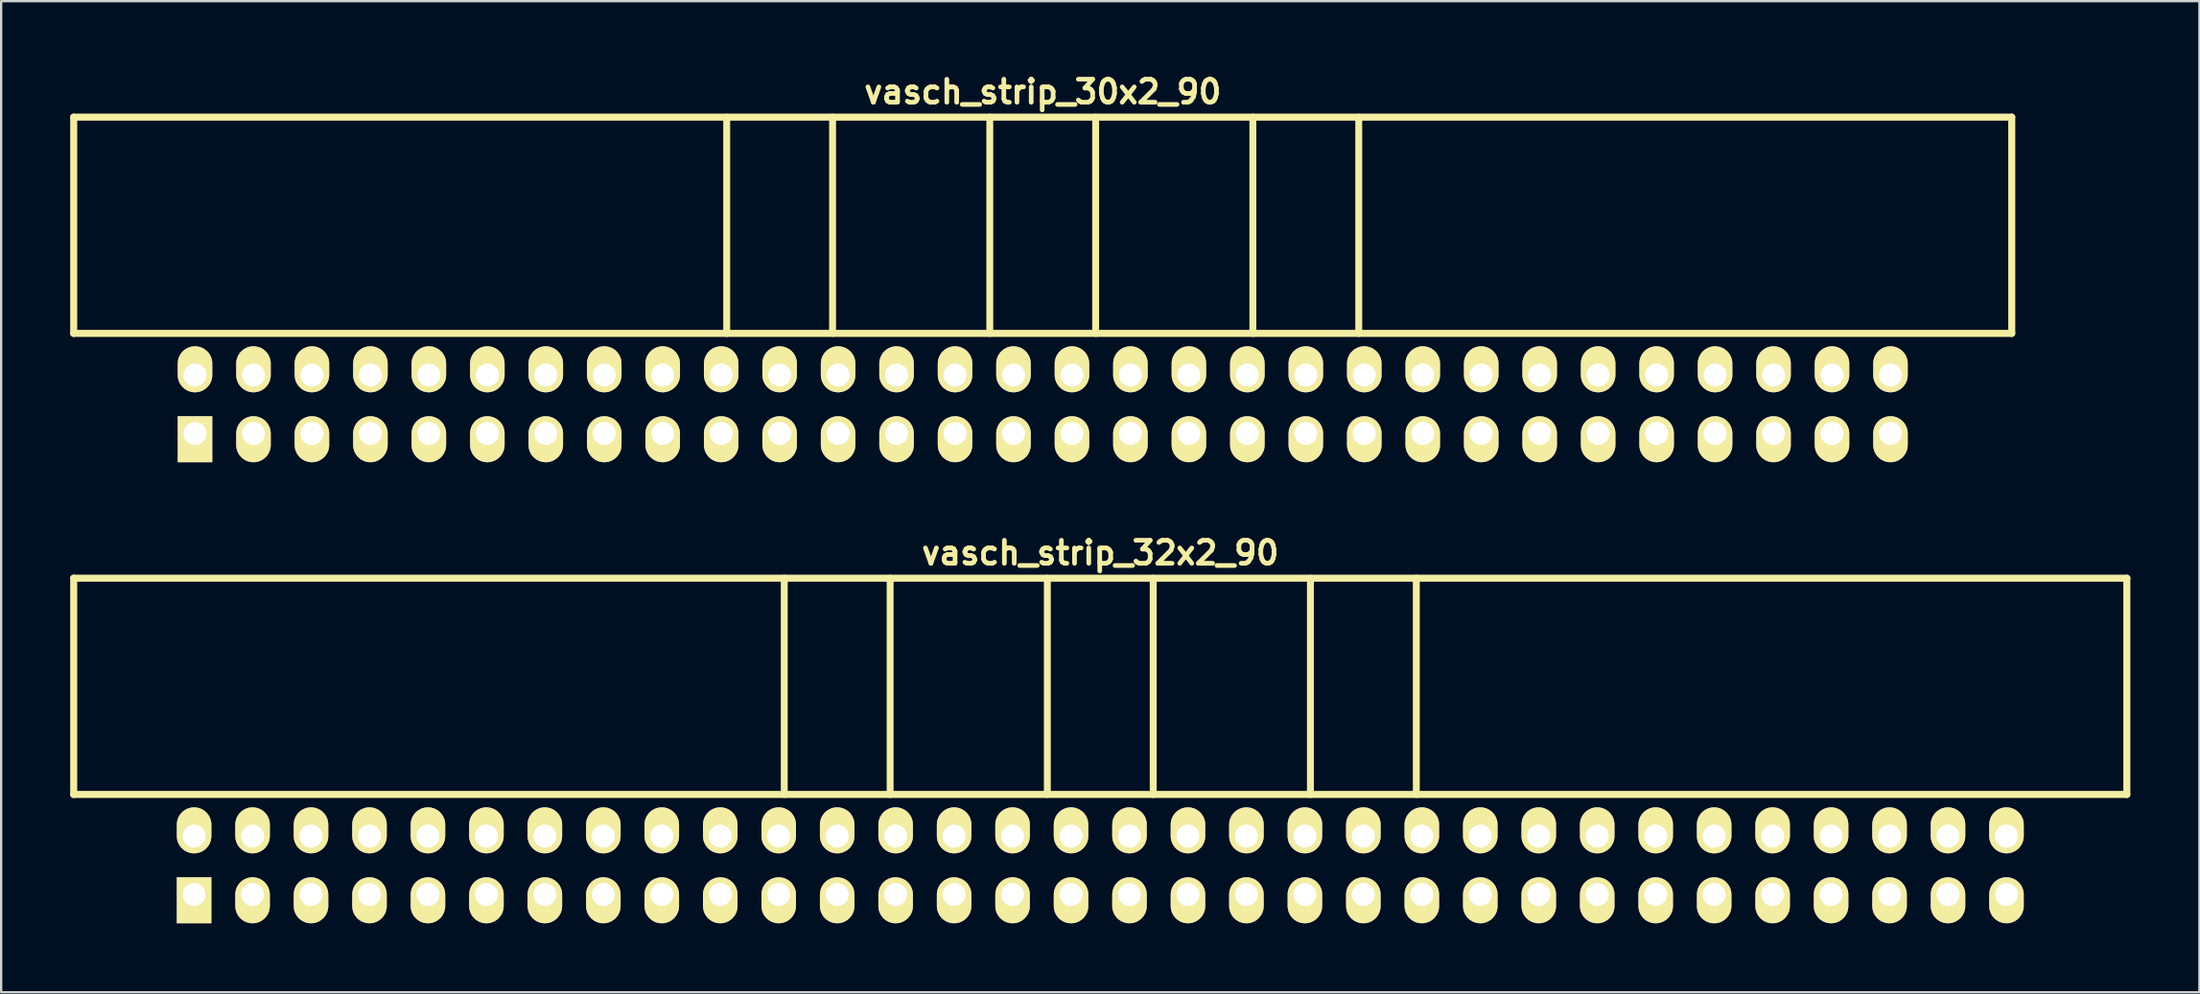
<source format=kicad_pcb>
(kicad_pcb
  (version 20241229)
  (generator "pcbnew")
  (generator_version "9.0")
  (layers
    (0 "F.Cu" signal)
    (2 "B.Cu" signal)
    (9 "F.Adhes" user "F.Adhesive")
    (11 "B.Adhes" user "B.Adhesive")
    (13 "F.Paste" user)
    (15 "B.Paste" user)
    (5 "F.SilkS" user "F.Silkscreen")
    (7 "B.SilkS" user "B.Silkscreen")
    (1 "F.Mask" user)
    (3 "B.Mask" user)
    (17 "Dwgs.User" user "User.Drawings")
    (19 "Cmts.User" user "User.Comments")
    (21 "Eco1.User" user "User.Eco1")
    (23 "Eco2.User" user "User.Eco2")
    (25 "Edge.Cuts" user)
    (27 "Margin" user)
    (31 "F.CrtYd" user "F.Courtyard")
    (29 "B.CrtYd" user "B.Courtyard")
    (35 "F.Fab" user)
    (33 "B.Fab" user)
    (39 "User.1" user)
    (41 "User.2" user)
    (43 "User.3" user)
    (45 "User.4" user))
  (footprint "vasch_strip_30x2_90"
    (layer "F.Cu")
    (at 42.252 9.442)
    (property "Reference" "vasch_strip_30x2_90" (at 0 -8.5 0) (layer "F.SilkS") (effects (font (size 1 1) (thickness 0.203))))
    (attr through_hole)
    (fp_line (start -42.1 -7.4) (end -42.1 2) (stroke (width 0.305) (type solid)) (layer "F.SilkS"))
    (fp_line (start -42.1 2) (end 42.1 2) (stroke (width 0.305) (type solid)) (layer "F.SilkS"))
    (fp_line (start -13.73 -7.4) (end -13.73 2) (stroke (width 0.3) (type solid)) (layer "F.SilkS"))
    (fp_line (start -9.13 -7.4) (end -9.13 2) (stroke (width 0.3) (type solid)) (layer "F.SilkS"))
    (fp_line (start -2.3 -7.4) (end -2.3 2) (stroke (width 0.3) (type solid)) (layer "F.SilkS"))
    (fp_line (start 2.3 -7.4) (end 2.3 2) (stroke (width 0.3) (type solid)) (layer "F.SilkS"))
    (fp_line (start 9.13 -7.4) (end 9.13 2) (stroke (width 0.3) (type solid)) (layer "F.SilkS"))
    (fp_line (start 13.73 -7.4) (end 13.73 2) (stroke (width 0.3) (type solid)) (layer "F.SilkS"))
    (fp_line (start 42.1 -7.4) (end -42.1 -7.4) (stroke (width 0.305) (type solid)) (layer "F.SilkS"))
    (fp_line (start 42.1 -7.4) (end 42.1 2) (stroke (width 0.305) (type solid)) (layer "F.SilkS"))
    (pad "1" thru_hole rect (at -36.83 6.35) (size 1.5 2) (drill 1 (offset 0 0.25)) (layers "*.Cu" "*.Mask" "F.SilkS"))
    (pad "2" thru_hole oval (at -36.83 3.81) (size 1.5 2) (drill 1 (offset 0 -0.25)) (layers "*.Cu" "*.Mask" "F.SilkS"))
    (pad "3" thru_hole oval (at -34.29 6.35) (size 1.5 2) (drill 1 (offset 0 0.25)) (layers "*.Cu" "*.Mask" "F.SilkS"))
    (pad "4" thru_hole oval (at -34.29 3.81) (size 1.5 2) (drill 1 (offset 0 -0.25)) (layers "*.Cu" "*.Mask" "F.SilkS"))
    (pad "5" thru_hole oval (at -31.75 6.35) (size 1.5 2) (drill 1 (offset 0 0.25)) (layers "*.Cu" "*.Mask" "F.SilkS"))
    (pad "6" thru_hole oval (at -31.75 3.81) (size 1.5 2) (drill 1 (offset 0 -0.25)) (layers "*.Cu" "*.Mask" "F.SilkS"))
    (pad "7" thru_hole oval (at -29.21 6.35) (size 1.5 2) (drill 1 (offset 0 0.25)) (layers "*.Cu" "*.Mask" "F.SilkS"))
    (pad "8" thru_hole oval (at -29.21 3.81) (size 1.5 2) (drill 1 (offset 0 -0.25)) (layers "*.Cu" "*.Mask" "F.SilkS"))
    (pad "9" thru_hole oval (at -26.67 6.35) (size 1.5 2) (drill 1 (offset 0 0.25)) (layers "*.Cu" "*.Mask" "F.SilkS"))
    (pad "10" thru_hole oval (at -26.67 3.81) (size 1.5 2) (drill 1 (offset 0 -0.25)) (layers "*.Cu" "*.Mask" "F.SilkS"))
    (pad "11" thru_hole oval (at -24.13 6.35) (size 1.5 2) (drill 1 (offset 0 0.25)) (layers "*.Cu" "*.Mask" "F.SilkS"))
    (pad "12" thru_hole oval (at -24.13 3.81) (size 1.5 2) (drill 1 (offset 0 -0.25)) (layers "*.Cu" "*.Mask" "F.SilkS"))
    (pad "13" thru_hole oval (at -21.59 6.35) (size 1.5 2) (drill 1 (offset 0 0.25)) (layers "*.Cu" "*.Mask" "F.SilkS"))
    (pad "14" thru_hole oval (at -21.59 3.81) (size 1.5 2) (drill 1 (offset 0 -0.25)) (layers "*.Cu" "*.Mask" "F.SilkS"))
    (pad "15" thru_hole oval (at -19.05 6.35) (size 1.5 2) (drill 1 (offset 0 0.25)) (layers "*.Cu" "*.Mask" "F.SilkS"))
    (pad "16" thru_hole oval (at -19.05 3.81) (size 1.5 2) (drill 1 (offset 0 -0.25)) (layers "*.Cu" "*.Mask" "F.SilkS"))
    (pad "17" thru_hole oval (at -16.51 6.35) (size 1.5 2) (drill 1 (offset 0 0.25)) (layers "*.Cu" "*.Mask" "F.SilkS"))
    (pad "18" thru_hole oval (at -16.51 3.81) (size 1.5 2) (drill 1 (offset 0 -0.25)) (layers "*.Cu" "*.Mask" "F.SilkS"))
    (pad "19" thru_hole oval (at -13.97 6.35) (size 1.5 2) (drill 1 (offset 0 0.25)) (layers "*.Cu" "*.Mask" "F.SilkS"))
    (pad "20" thru_hole oval (at -13.97 3.81) (size 1.5 2) (drill 1 (offset 0 -0.25)) (layers "*.Cu" "*.Mask" "F.SilkS"))
    (pad "21" thru_hole oval (at -11.43 6.35) (size 1.5 2) (drill 1 (offset 0 0.25)) (layers "*.Cu" "*.Mask" "F.SilkS"))
    (pad "22" thru_hole oval (at -11.43 3.81) (size 1.5 2) (drill 1 (offset 0 -0.25)) (layers "*.Cu" "*.Mask" "F.SilkS"))
    (pad "23" thru_hole oval (at -8.89 6.35) (size 1.5 2) (drill 1 (offset 0 0.25)) (layers "*.Cu" "*.Mask" "F.SilkS"))
    (pad "24" thru_hole oval (at -8.89 3.81) (size 1.5 2) (drill 1 (offset 0 -0.25)) (layers "*.Cu" "*.Mask" "F.SilkS"))
    (pad "25" thru_hole oval (at -6.35 6.35) (size 1.5 2) (drill 1 (offset 0 0.25)) (layers "*.Cu" "*.Mask" "F.SilkS"))
    (pad "26" thru_hole oval (at -6.35 3.81) (size 1.5 2) (drill 1 (offset 0 -0.25)) (layers "*.Cu" "*.Mask" "F.SilkS"))
    (pad "27" thru_hole oval (at -3.81 6.35) (size 1.5 2) (drill 1 (offset 0 0.25)) (layers "*.Cu" "*.Mask" "F.SilkS"))
    (pad "28" thru_hole oval (at -3.81 3.81) (size 1.5 2) (drill 1 (offset 0 -0.25)) (layers "*.Cu" "*.Mask" "F.SilkS"))
    (pad "29" thru_hole oval (at -1.27 6.35) (size 1.5 2) (drill 1 (offset 0 0.25)) (layers "*.Cu" "*.Mask" "F.SilkS"))
    (pad "30" thru_hole oval (at -1.27 3.81) (size 1.5 2) (drill 1 (offset 0 -0.25)) (layers "*.Cu" "*.Mask" "F.SilkS"))
    (pad "31" thru_hole oval (at 1.27 6.35) (size 1.5 2) (drill 1 (offset 0 0.25)) (layers "*.Cu" "*.Mask" "F.SilkS"))
    (pad "32" thru_hole oval (at 1.27 3.81) (size 1.5 2) (drill 1 (offset 0 -0.25)) (layers "*.Cu" "*.Mask" "F.SilkS"))
    (pad "33" thru_hole oval (at 3.81 6.35) (size 1.5 2) (drill 1 (offset 0 0.25)) (layers "*.Cu" "*.Mask" "F.SilkS"))
    (pad "34" thru_hole oval (at 3.81 3.81) (size 1.5 2) (drill 1 (offset 0 -0.25)) (layers "*.Cu" "*.Mask" "F.SilkS"))
    (pad "35" thru_hole oval (at 6.35 6.35) (size 1.5 2) (drill 1 (offset 0 0.25)) (layers "*.Cu" "*.Mask" "F.SilkS"))
    (pad "36" thru_hole oval (at 6.35 3.81) (size 1.5 2) (drill 1 (offset 0 -0.25)) (layers "*.Cu" "*.Mask" "F.SilkS"))
    (pad "37" thru_hole oval (at 8.89 6.35) (size 1.5 2) (drill 1 (offset 0 0.25)) (layers "*.Cu" "*.Mask" "F.SilkS"))
    (pad "38" thru_hole oval (at 8.89 3.81) (size 1.5 2) (drill 1 (offset 0 -0.25)) (layers "*.Cu" "*.Mask" "F.SilkS"))
    (pad "39" thru_hole oval (at 11.43 6.35) (size 1.5 2) (drill 1 (offset 0 0.25)) (layers "*.Cu" "*.Mask" "F.SilkS"))
    (pad "40" thru_hole oval (at 11.43 3.81) (size 1.5 2) (drill 1 (offset 0 -0.25)) (layers "*.Cu" "*.Mask" "F.SilkS"))
    (pad "41" thru_hole oval (at 13.97 6.35) (size 1.5 2) (drill 1 (offset 0 0.25)) (layers "*.Cu" "*.Mask" "F.SilkS"))
    (pad "42" thru_hole oval (at 13.97 3.81) (size 1.5 2) (drill 1 (offset 0 -0.25)) (layers "*.Cu" "*.Mask" "F.SilkS"))
    (pad "43" thru_hole oval (at 16.51 6.35) (size 1.5 2) (drill 1 (offset 0 0.25)) (layers "*.Cu" "*.Mask" "F.SilkS"))
    (pad "44" thru_hole oval (at 16.51 3.81) (size 1.5 2) (drill 1 (offset 0 -0.25)) (layers "*.Cu" "*.Mask" "F.SilkS"))
    (pad "45" thru_hole oval (at 19.05 6.35) (size 1.5 2) (drill 1 (offset 0 0.25)) (layers "*.Cu" "*.Mask" "F.SilkS"))
    (pad "46" thru_hole oval (at 19.05 3.81) (size 1.5 2) (drill 1 (offset 0 -0.25)) (layers "*.Cu" "*.Mask" "F.SilkS"))
    (pad "47" thru_hole oval (at 21.59 6.35) (size 1.5 2) (drill 1 (offset 0 0.25)) (layers "*.Cu" "*.Mask" "F.SilkS"))
    (pad "48" thru_hole oval (at 21.59 3.81) (size 1.5 2) (drill 1 (offset 0 -0.25)) (layers "*.Cu" "*.Mask" "F.SilkS"))
    (pad "49" thru_hole oval (at 24.13 6.35) (size 1.5 2) (drill 1 (offset 0 0.25)) (layers "*.Cu" "*.Mask" "F.SilkS"))
    (pad "50" thru_hole oval (at 24.13 3.81) (size 1.5 2) (drill 1 (offset 0 -0.25)) (layers "*.Cu" "*.Mask" "F.SilkS"))
    (pad "51" thru_hole oval (at 26.67 6.35) (size 1.5 2) (drill 1 (offset 0 0.25)) (layers "*.Cu" "*.Mask" "F.SilkS"))
    (pad "52" thru_hole oval (at 26.67 3.81) (size 1.5 2) (drill 1 (offset 0 -0.25)) (layers "*.Cu" "*.Mask" "F.SilkS"))
    (pad "53" thru_hole oval (at 29.21 6.35) (size 1.5 2) (drill 1 (offset 0 0.25)) (layers "*.Cu" "*.Mask" "F.SilkS"))
    (pad "54" thru_hole oval (at 29.21 3.81) (size 1.5 2) (drill 1 (offset 0 -0.25)) (layers "*.Cu" "*.Mask" "F.SilkS"))
    (pad "55" thru_hole oval (at 31.75 6.35) (size 1.5 2) (drill 1 (offset 0 0.25)) (layers "*.Cu" "*.Mask" "F.SilkS"))
    (pad "56" thru_hole oval (at 31.75 3.81) (size 1.5 2) (drill 1 (offset 0 -0.25)) (layers "*.Cu" "*.Mask" "F.SilkS"))
    (pad "57" thru_hole oval (at 34.29 6.35) (size 1.5 2) (drill 1 (offset 0 0.25)) (layers "*.Cu" "*.Mask" "F.SilkS"))
    (pad "58" thru_hole oval (at 34.29 3.81) (size 1.5 2) (drill 1 (offset 0 -0.25)) (layers "*.Cu" "*.Mask" "F.SilkS"))
    (pad "59" thru_hole oval (at 36.83 6.35) (size 1.5 2) (drill 1 (offset 0 0.25)) (layers "*.Cu" "*.Mask" "F.SilkS"))
    (pad "60" thru_hole oval (at 36.83 3.81) (size 1.5 2) (drill 1 (offset 0 -0.25)) (layers "*.Cu" "*.Mask" "F.SilkS")))
  (footprint "vasch_strip_32x2_90"
    (layer "F.Cu")
    (at 44.752 29.483)
    (property "Reference" "vasch_strip_32x2_90" (at 0 -8.5 0) (layer "F.SilkS") (effects (font (size 1 1) (thickness 0.203))))
    (attr through_hole)
    (fp_line (start -44.6 -7.4) (end -44.6 2) (stroke (width 0.305) (type solid)) (layer "F.SilkS"))
    (fp_line (start -44.6 2) (end 44.6 2) (stroke (width 0.305) (type solid)) (layer "F.SilkS"))
    (fp_line (start -13.73 -7.4) (end -13.73 2) (stroke (width 0.3) (type solid)) (layer "F.SilkS"))
    (fp_line (start -9.13 -7.4) (end -9.13 2) (stroke (width 0.3) (type solid)) (layer "F.SilkS"))
    (fp_line (start -2.3 -7.4) (end -2.3 2) (stroke (width 0.3) (type solid)) (layer "F.SilkS"))
    (fp_line (start 2.3 -7.4) (end 2.3 2) (stroke (width 0.3) (type solid)) (layer "F.SilkS"))
    (fp_line (start 9.13 -7.4) (end 9.13 2) (stroke (width 0.3) (type solid)) (layer "F.SilkS"))
    (fp_line (start 13.73 -7.4) (end 13.73 2) (stroke (width 0.3) (type solid)) (layer "F.SilkS"))
    (fp_line (start 44.6 -7.4) (end -44.6 -7.4) (stroke (width 0.305) (type solid)) (layer "F.SilkS"))
    (fp_line (start 44.6 -7.4) (end 44.6 2) (stroke (width 0.305) (type solid)) (layer "F.SilkS"))
    (pad "1" thru_hole rect (at -39.37 6.35) (size 1.5 2) (drill 1 (offset 0 0.25)) (layers "*.Cu" "*.Mask" "F.SilkS"))
    (pad "2" thru_hole oval (at -39.37 3.81) (size 1.5 2) (drill 1 (offset 0 -0.25)) (layers "*.Cu" "*.Mask" "F.SilkS"))
    (pad "3" thru_hole oval (at -36.83 6.35) (size 1.5 2) (drill 1 (offset 0 0.25)) (layers "*.Cu" "*.Mask" "F.SilkS"))
    (pad "4" thru_hole oval (at -36.83 3.81) (size 1.5 2) (drill 1 (offset 0 -0.25)) (layers "*.Cu" "*.Mask" "F.SilkS"))
    (pad "5" thru_hole oval (at -34.29 6.35) (size 1.5 2) (drill 1 (offset 0 0.25)) (layers "*.Cu" "*.Mask" "F.SilkS"))
    (pad "6" thru_hole oval (at -34.29 3.81) (size 1.5 2) (drill 1 (offset 0 -0.25)) (layers "*.Cu" "*.Mask" "F.SilkS"))
    (pad "7" thru_hole oval (at -31.75 6.35) (size 1.5 2) (drill 1 (offset 0 0.25)) (layers "*.Cu" "*.Mask" "F.SilkS"))
    (pad "8" thru_hole oval (at -31.75 3.81) (size 1.5 2) (drill 1 (offset 0 -0.25)) (layers "*.Cu" "*.Mask" "F.SilkS"))
    (pad "9" thru_hole oval (at -29.21 6.35) (size 1.5 2) (drill 1 (offset 0 0.25)) (layers "*.Cu" "*.Mask" "F.SilkS"))
    (pad "10" thru_hole oval (at -29.21 3.81) (size 1.5 2) (drill 1 (offset 0 -0.25)) (layers "*.Cu" "*.Mask" "F.SilkS"))
    (pad "11" thru_hole oval (at -26.67 6.35) (size 1.5 2) (drill 1 (offset 0 0.25)) (layers "*.Cu" "*.Mask" "F.SilkS"))
    (pad "12" thru_hole oval (at -26.67 3.81) (size 1.5 2) (drill 1 (offset 0 -0.25)) (layers "*.Cu" "*.Mask" "F.SilkS"))
    (pad "13" thru_hole oval (at -24.13 6.35) (size 1.5 2) (drill 1 (offset 0 0.25)) (layers "*.Cu" "*.Mask" "F.SilkS"))
    (pad "14" thru_hole oval (at -24.13 3.81) (size 1.5 2) (drill 1 (offset 0 -0.25)) (layers "*.Cu" "*.Mask" "F.SilkS"))
    (pad "15" thru_hole oval (at -21.59 6.35) (size 1.5 2) (drill 1 (offset 0 0.25)) (layers "*.Cu" "*.Mask" "F.SilkS"))
    (pad "16" thru_hole oval (at -21.59 3.81) (size 1.5 2) (drill 1 (offset 0 -0.25)) (layers "*.Cu" "*.Mask" "F.SilkS"))
    (pad "17" thru_hole oval (at -19.05 6.35) (size 1.5 2) (drill 1 (offset 0 0.25)) (layers "*.Cu" "*.Mask" "F.SilkS"))
    (pad "18" thru_hole oval (at -19.05 3.81) (size 1.5 2) (drill 1 (offset 0 -0.25)) (layers "*.Cu" "*.Mask" "F.SilkS"))
    (pad "19" thru_hole oval (at -16.51 6.35) (size 1.5 2) (drill 1 (offset 0 0.25)) (layers "*.Cu" "*.Mask" "F.SilkS"))
    (pad "20" thru_hole oval (at -16.51 3.81) (size 1.5 2) (drill 1 (offset 0 -0.25)) (layers "*.Cu" "*.Mask" "F.SilkS"))
    (pad "21" thru_hole oval (at -13.97 6.35) (size 1.5 2) (drill 1 (offset 0 0.25)) (layers "*.Cu" "*.Mask" "F.SilkS"))
    (pad "22" thru_hole oval (at -13.97 3.81) (size 1.5 2) (drill 1 (offset 0 -0.25)) (layers "*.Cu" "*.Mask" "F.SilkS"))
    (pad "23" thru_hole oval (at -11.43 6.35) (size 1.5 2) (drill 1 (offset 0 0.25)) (layers "*.Cu" "*.Mask" "F.SilkS"))
    (pad "24" thru_hole oval (at -11.43 3.81) (size 1.5 2) (drill 1 (offset 0 -0.25)) (layers "*.Cu" "*.Mask" "F.SilkS"))
    (pad "25" thru_hole oval (at -8.89 6.35) (size 1.5 2) (drill 1 (offset 0 0.25)) (layers "*.Cu" "*.Mask" "F.SilkS"))
    (pad "26" thru_hole oval (at -8.89 3.81) (size 1.5 2) (drill 1 (offset 0 -0.25)) (layers "*.Cu" "*.Mask" "F.SilkS"))
    (pad "27" thru_hole oval (at -6.35 6.35) (size 1.5 2) (drill 1 (offset 0 0.25)) (layers "*.Cu" "*.Mask" "F.SilkS"))
    (pad "28" thru_hole oval (at -6.35 3.81) (size 1.5 2) (drill 1 (offset 0 -0.25)) (layers "*.Cu" "*.Mask" "F.SilkS"))
    (pad "29" thru_hole oval (at -3.81 6.35) (size 1.5 2) (drill 1 (offset 0 0.25)) (layers "*.Cu" "*.Mask" "F.SilkS"))
    (pad "30" thru_hole oval (at -3.81 3.81) (size 1.5 2) (drill 1 (offset 0 -0.25)) (layers "*.Cu" "*.Mask" "F.SilkS"))
    (pad "31" thru_hole oval (at -1.27 6.35) (size 1.5 2) (drill 1 (offset 0 0.25)) (layers "*.Cu" "*.Mask" "F.SilkS"))
    (pad "32" thru_hole oval (at -1.27 3.81) (size 1.5 2) (drill 1 (offset 0 -0.25)) (layers "*.Cu" "*.Mask" "F.SilkS"))
    (pad "33" thru_hole oval (at 1.27 6.35) (size 1.5 2) (drill 1 (offset 0 0.25)) (layers "*.Cu" "*.Mask" "F.SilkS"))
    (pad "34" thru_hole oval (at 1.27 3.81) (size 1.5 2) (drill 1 (offset 0 -0.25)) (layers "*.Cu" "*.Mask" "F.SilkS"))
    (pad "35" thru_hole oval (at 3.81 6.35) (size 1.5 2) (drill 1 (offset 0 0.25)) (layers "*.Cu" "*.Mask" "F.SilkS"))
    (pad "36" thru_hole oval (at 3.81 3.81) (size 1.5 2) (drill 1 (offset 0 -0.25)) (layers "*.Cu" "*.Mask" "F.SilkS"))
    (pad "37" thru_hole oval (at 6.35 6.35) (size 1.5 2) (drill 1 (offset 0 0.25)) (layers "*.Cu" "*.Mask" "F.SilkS"))
    (pad "38" thru_hole oval (at 6.35 3.81) (size 1.5 2) (drill 1 (offset 0 -0.25)) (layers "*.Cu" "*.Mask" "F.SilkS"))
    (pad "39" thru_hole oval (at 8.89 6.35) (size 1.5 2) (drill 1 (offset 0 0.25)) (layers "*.Cu" "*.Mask" "F.SilkS"))
    (pad "40" thru_hole oval (at 8.89 3.81) (size 1.5 2) (drill 1 (offset 0 -0.25)) (layers "*.Cu" "*.Mask" "F.SilkS"))
    (pad "41" thru_hole oval (at 11.43 6.35) (size 1.5 2) (drill 1 (offset 0 0.25)) (layers "*.Cu" "*.Mask" "F.SilkS"))
    (pad "42" thru_hole oval (at 11.43 3.81) (size 1.5 2) (drill 1 (offset 0 -0.25)) (layers "*.Cu" "*.Mask" "F.SilkS"))
    (pad "43" thru_hole oval (at 13.97 6.35) (size 1.5 2) (drill 1 (offset 0 0.25)) (layers "*.Cu" "*.Mask" "F.SilkS"))
    (pad "44" thru_hole oval (at 13.97 3.81) (size 1.5 2) (drill 1 (offset 0 -0.25)) (layers "*.Cu" "*.Mask" "F.SilkS"))
    (pad "45" thru_hole oval (at 16.51 6.35) (size 1.5 2) (drill 1 (offset 0 0.25)) (layers "*.Cu" "*.Mask" "F.SilkS"))
    (pad "46" thru_hole oval (at 16.51 3.81) (size 1.5 2) (drill 1 (offset 0 -0.25)) (layers "*.Cu" "*.Mask" "F.SilkS"))
    (pad "47" thru_hole oval (at 19.05 6.35) (size 1.5 2) (drill 1 (offset 0 0.25)) (layers "*.Cu" "*.Mask" "F.SilkS"))
    (pad "48" thru_hole oval (at 19.05 3.81) (size 1.5 2) (drill 1 (offset 0 -0.25)) (layers "*.Cu" "*.Mask" "F.SilkS"))
    (pad "49" thru_hole oval (at 21.59 6.35) (size 1.5 2) (drill 1 (offset 0 0.25)) (layers "*.Cu" "*.Mask" "F.SilkS"))
    (pad "50" thru_hole oval (at 21.59 3.81) (size 1.5 2) (drill 1 (offset 0 -0.25)) (layers "*.Cu" "*.Mask" "F.SilkS"))
    (pad "51" thru_hole oval (at 24.13 6.35) (size 1.5 2) (drill 1 (offset 0 0.25)) (layers "*.Cu" "*.Mask" "F.SilkS"))
    (pad "52" thru_hole oval (at 24.13 3.81) (size 1.5 2) (drill 1 (offset 0 -0.25)) (layers "*.Cu" "*.Mask" "F.SilkS"))
    (pad "53" thru_hole oval (at 26.67 6.35) (size 1.5 2) (drill 1 (offset 0 0.25)) (layers "*.Cu" "*.Mask" "F.SilkS"))
    (pad "54" thru_hole oval (at 26.67 3.81) (size 1.5 2) (drill 1 (offset 0 -0.25)) (layers "*.Cu" "*.Mask" "F.SilkS"))
    (pad "55" thru_hole oval (at 29.21 6.35) (size 1.5 2) (drill 1 (offset 0 0.25)) (layers "*.Cu" "*.Mask" "F.SilkS"))
    (pad "56" thru_hole oval (at 29.21 3.81) (size 1.5 2) (drill 1 (offset 0 -0.25)) (layers "*.Cu" "*.Mask" "F.SilkS"))
    (pad "57" thru_hole oval (at 31.75 6.35) (size 1.5 2) (drill 1 (offset 0 0.25)) (layers "*.Cu" "*.Mask" "F.SilkS"))
    (pad "58" thru_hole oval (at 31.75 3.81) (size 1.5 2) (drill 1 (offset 0 -0.25)) (layers "*.Cu" "*.Mask" "F.SilkS"))
    (pad "59" thru_hole oval (at 34.29 6.35) (size 1.5 2) (drill 1 (offset 0 0.25)) (layers "*.Cu" "*.Mask" "F.SilkS"))
    (pad "60" thru_hole oval (at 34.29 3.81) (size 1.5 2) (drill 1 (offset 0 -0.25)) (layers "*.Cu" "*.Mask" "F.SilkS"))
    (pad "61" thru_hole oval (at 36.83 6.35) (size 1.5 2) (drill 1 (offset 0 0.25)) (layers "*.Cu" "*.Mask" "F.SilkS"))
    (pad "62" thru_hole oval (at 36.83 3.81) (size 1.5 2) (drill 1 (offset 0 -0.25)) (layers "*.Cu" "*.Mask" "F.SilkS"))
    (pad "63" thru_hole oval (at 39.37 6.35) (size 1.5 2) (drill 1 (offset 0 0.25)) (layers "*.Cu" "*.Mask" "F.SilkS"))
    (pad "64" thru_hole oval (at 39.37 3.81) (size 1.5 2) (drill 1 (offset 0 -0.25)) (layers "*.Cu" "*.Mask" "F.SilkS")))
  (gr_rect
    (start -3 -3)
    (end 92.505 40.083)
    (stroke (width 0.1) (type default))
    (fill no)
    (layer "Edge.Cuts")))
</source>
